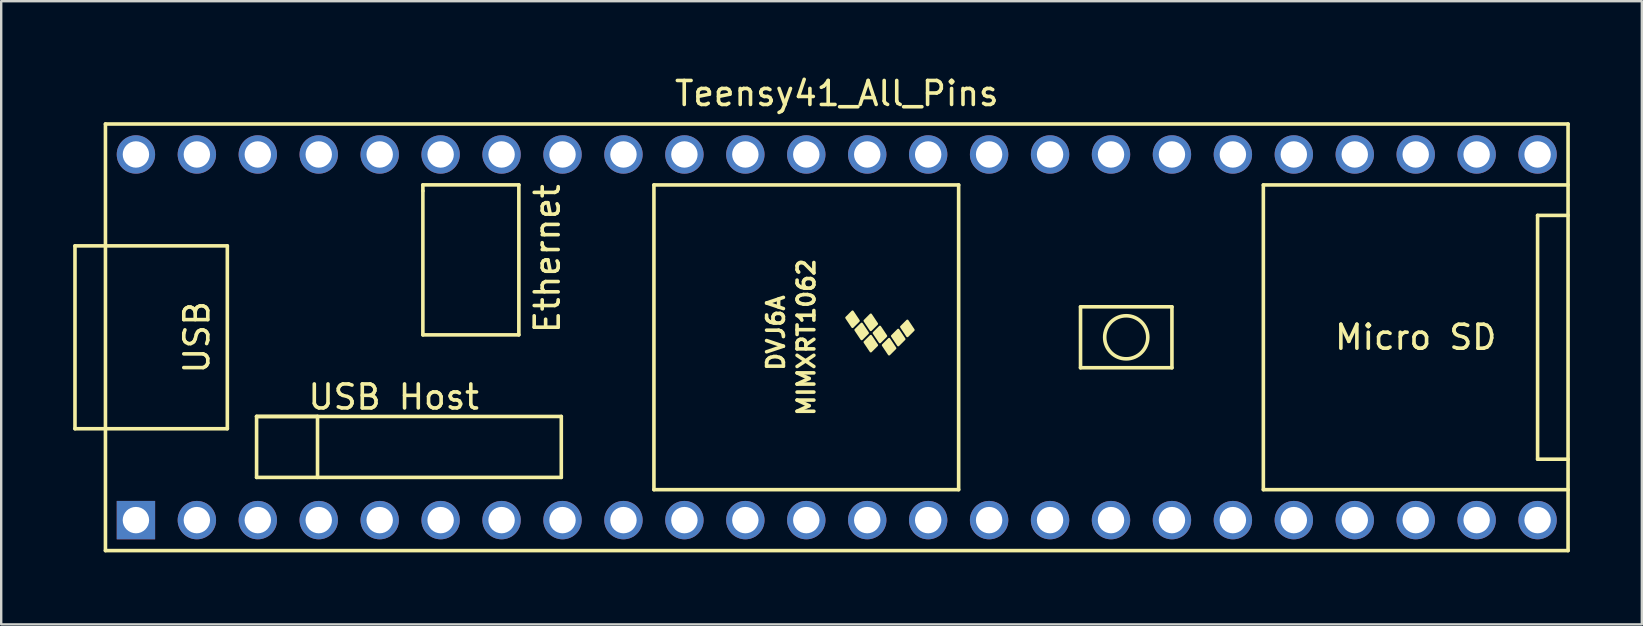
<source format=kicad_pcb>
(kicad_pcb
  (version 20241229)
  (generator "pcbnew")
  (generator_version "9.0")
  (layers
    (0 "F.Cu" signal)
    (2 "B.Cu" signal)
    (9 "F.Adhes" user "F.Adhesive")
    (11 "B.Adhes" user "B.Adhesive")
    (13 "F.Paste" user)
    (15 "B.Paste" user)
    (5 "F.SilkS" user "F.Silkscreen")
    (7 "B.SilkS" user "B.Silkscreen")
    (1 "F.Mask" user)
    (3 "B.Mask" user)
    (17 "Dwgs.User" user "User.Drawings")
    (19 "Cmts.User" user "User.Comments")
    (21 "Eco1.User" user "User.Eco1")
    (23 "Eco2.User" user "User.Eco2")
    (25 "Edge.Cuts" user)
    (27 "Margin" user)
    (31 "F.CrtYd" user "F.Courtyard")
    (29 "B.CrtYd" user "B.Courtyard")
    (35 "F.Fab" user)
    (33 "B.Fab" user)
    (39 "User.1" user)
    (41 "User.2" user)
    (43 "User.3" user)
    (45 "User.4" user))
  (footprint "Teensy41_All_Pins"
    (layer "F.Cu")
    (at 31.825 11.008)
    (property "Reference" "Teensy41_All_Pins" (at 0 -10.16 0) (layer "F.SilkS") (effects (font (size 1 1) (thickness 0.15))))
    (attr through_hole)
    (fp_line (start -31.75 -3.81) (end -30.48 -3.81) (stroke (width 0.15) (type solid)) (layer "F.SilkS"))
    (fp_line (start -31.75 3.81) (end -31.75 -3.81) (stroke (width 0.15) (type solid)) (layer "F.SilkS"))
    (fp_line (start -30.48 -8.89) (end 30.48 -8.89) (stroke (width 0.15) (type solid)) (layer "F.SilkS"))
    (fp_line (start -30.48 3.81) (end -31.75 3.81) (stroke (width 0.15) (type solid)) (layer "F.SilkS"))
    (fp_line (start -30.48 8.89) (end -30.48 -8.89) (stroke (width 0.15) (type solid)) (layer "F.SilkS"))
    (fp_line (start -25.4 -3.81) (end -30.48 -3.81) (stroke (width 0.15) (type solid)) (layer "F.SilkS"))
    (fp_line (start -25.4 3.81) (end -30.48 3.81) (stroke (width 0.15) (type solid)) (layer "F.SilkS"))
    (fp_line (start -25.4 3.81) (end -25.4 -3.81) (stroke (width 0.15) (type solid)) (layer "F.SilkS"))
    (fp_line (start -24.181 3.299) (end -21.641 3.299) (stroke (width 0.15) (type solid)) (layer "F.SilkS"))
    (fp_line (start -24.181 3.299) (end -11.481 3.299) (stroke (width 0.15) (type solid)) (layer "F.SilkS"))
    (fp_line (start -24.181 5.839) (end -24.181 3.299) (stroke (width 0.15) (type solid)) (layer "F.SilkS"))
    (fp_line (start -21.641 3.299) (end -21.641 5.839) (stroke (width 0.15) (type solid)) (layer "F.SilkS"))
    (fp_line (start -17.25 -6.352) (end -17.25 -6.102) (stroke (width 0.15) (type solid)) (layer "F.SilkS"))
    (fp_line (start -17.25 -6.102) (end -17.25 -0.102) (stroke (width 0.15) (type solid)) (layer "F.SilkS"))
    (fp_line (start -17.25 -0.102) (end -13.25 -0.102) (stroke (width 0.15) (type solid)) (layer "F.SilkS"))
    (fp_line (start -13.25 -6.352) (end -17.25 -6.352) (stroke (width 0.15) (type solid)) (layer "F.SilkS"))
    (fp_line (start -13.25 -0.102) (end -13.25 -6.352) (stroke (width 0.15) (type solid)) (layer "F.SilkS"))
    (fp_line (start -11.481 3.299) (end -11.481 5.839) (stroke (width 0.15) (type solid)) (layer "F.SilkS"))
    (fp_line (start -11.481 5.839) (end -24.181 5.839) (stroke (width 0.15) (type solid)) (layer "F.SilkS"))
    (fp_line (start -7.62 -6.35) (end -7.62 6.35) (stroke (width 0.15) (type solid)) (layer "F.SilkS"))
    (fp_line (start -7.62 6.35) (end 5.08 6.35) (stroke (width 0.15) (type solid)) (layer "F.SilkS"))
    (fp_line (start 5.08 -6.35) (end -7.62 -6.35) (stroke (width 0.15) (type solid)) (layer "F.SilkS"))
    (fp_line (start 5.08 6.35) (end 5.08 -6.35) (stroke (width 0.15) (type solid)) (layer "F.SilkS"))
    (fp_line (start 10.16 -1.27) (end 13.97 -1.27) (stroke (width 0.15) (type solid)) (layer "F.SilkS"))
    (fp_line (start 10.16 1.27) (end 10.16 -1.27) (stroke (width 0.15) (type solid)) (layer "F.SilkS"))
    (fp_line (start 13.97 -1.27) (end 13.97 1.27) (stroke (width 0.15) (type solid)) (layer "F.SilkS"))
    (fp_line (start 13.97 1.27) (end 10.16 1.27) (stroke (width 0.15) (type solid)) (layer "F.SilkS"))
    (fp_line (start 17.78 -6.35) (end 17.78 6.35) (stroke (width 0.15) (type solid)) (layer "F.SilkS"))
    (fp_line (start 17.78 6.35) (end 30.48 6.35) (stroke (width 0.15) (type solid)) (layer "F.SilkS"))
    (fp_line (start 29.21 -5.08) (end 29.21 5.08) (stroke (width 0.15) (type solid)) (layer "F.SilkS"))
    (fp_line (start 29.21 5.08) (end 30.48 5.08) (stroke (width 0.15) (type solid)) (layer "F.SilkS"))
    (fp_line (start 30.48 -8.89) (end 30.48 8.89) (stroke (width 0.15) (type solid)) (layer "F.SilkS"))
    (fp_line (start 30.48 -6.35) (end 17.78 -6.35) (stroke (width 0.15) (type solid)) (layer "F.SilkS"))
    (fp_line (start 30.48 -5.08) (end 29.21 -5.08) (stroke (width 0.15) (type solid)) (layer "F.SilkS"))
    (fp_line (start 30.48 8.89) (end -30.48 8.89) (stroke (width 0.15) (type solid)) (layer "F.SilkS"))
    (fp_circle (center 12.065 0) (end 12.7 -0.635) (stroke (width 0.15) (type solid)) (fill no) (layer "F.SilkS"))
    (fp_poly (pts (xy 0.911 -0.688) (xy 0.657 -0.434) (xy 0.403 -0.815) (xy 0.657 -1.069)) (stroke (width 0.1) (type solid)) (fill yes) (layer "F.SilkS"))
    (fp_poly (pts (xy 1.292 -0.18) (xy 1.038 0.074) (xy 0.784 -0.307) (xy 1.038 -0.561)) (stroke (width 0.1) (type solid)) (fill yes) (layer "F.SilkS"))
    (fp_poly (pts (xy 1.673 -0.561) (xy 1.419 -0.307) (xy 1.165 -0.688) (xy 1.419 -0.942)) (stroke (width 0.1) (type solid)) (fill yes) (layer "F.SilkS"))
    (fp_poly (pts (xy 1.673 0.328) (xy 1.419 0.582) (xy 1.165 0.201) (xy 1.419 -0.053)) (stroke (width 0.1) (type solid)) (fill yes) (layer "F.SilkS"))
    (fp_poly (pts (xy 2.054 -0.053) (xy 1.8 0.201) (xy 1.546 -0.18) (xy 1.8 -0.434)) (stroke (width 0.1) (type solid)) (fill yes) (layer "F.SilkS"))
    (fp_poly (pts (xy 2.435 0.455) (xy 2.181 0.709) (xy 1.927 0.328) (xy 2.181 0.074)) (stroke (width 0.1) (type solid)) (fill yes) (layer "F.SilkS"))
    (fp_poly (pts (xy 2.816 0.074) (xy 2.562 0.328) (xy 2.308 -0.053) (xy 2.562 -0.307)) (stroke (width 0.1) (type solid)) (fill yes) (layer "F.SilkS"))
    (fp_poly (pts (xy 3.197 -0.307) (xy 2.943 -0.053) (xy 2.689 -0.434) (xy 2.943 -0.688)) (stroke (width 0.1) (type solid)) (fill yes) (layer "F.SilkS"))
    (fp_text user "Ethernet" (at -12.065 -3.277 90) (layer "F.SilkS") (effects (font (size 1 1) (thickness 0.15))))
    (fp_text user "Micro SD" (at 24.13 0 0) (layer "F.SilkS") (effects (font (size 1 1) (thickness 0.15))))
    (fp_text user "USB Host" (at -18.466 2.489 0) (layer "F.SilkS") (effects (font (size 1 1) (thickness 0.15))))
    (fp_text user "USB" (at -26.67 0 270) (layer "F.SilkS") (effects (font (size 1 1) (thickness 0.15))))
    (fp_text user "MIMXRT1062" (at -1.27 0 270) (layer "F.SilkS") (effects (font (size 0.7 0.7) (thickness 0.15))))
    (fp_text user "DVJ6A" (at -2.54 -0.18 270) (layer "F.SilkS") (effects (font (size 0.7 0.7) (thickness 0.15))))
    (pad "1" thru_hole rect (at -29.21 7.62) (size 1.6 1.6) (drill 1.1) (layers "*.Cu" "*.Mask"))
    (pad "2" thru_hole circle (at -26.67 7.62) (size 1.6 1.6) (drill 1.1) (layers "*.Cu" "*.Mask"))
    (pad "3" thru_hole circle (at -24.13 7.62) (size 1.6 1.6) (drill 1.1) (layers "*.Cu" "*.Mask"))
    (pad "4" thru_hole circle (at -21.59 7.62) (size 1.6 1.6) (drill 1.1) (layers "*.Cu" "*.Mask"))
    (pad "5" thru_hole circle (at -19.05 7.62) (size 1.6 1.6) (drill 1.1) (layers "*.Cu" "*.Mask"))
    (pad "6" thru_hole circle (at -16.51 7.62) (size 1.6 1.6) (drill 1.1) (layers "*.Cu" "*.Mask"))
    (pad "7" thru_hole circle (at -13.97 7.62) (size 1.6 1.6) (drill 1.1) (layers "*.Cu" "*.Mask"))
    (pad "8" thru_hole circle (at -11.43 7.62) (size 1.6 1.6) (drill 1.1) (layers "*.Cu" "*.Mask"))
    (pad "9" thru_hole circle (at -8.89 7.62) (size 1.6 1.6) (drill 1.1) (layers "*.Cu" "*.Mask"))
    (pad "10" thru_hole circle (at -6.35 7.62) (size 1.6 1.6) (drill 1.1) (layers "*.Cu" "*.Mask"))
    (pad "11" thru_hole circle (at -3.81 7.62) (size 1.6 1.6) (drill 1.1) (layers "*.Cu" "*.Mask"))
    (pad "12" thru_hole circle (at -1.27 7.62) (size 1.6 1.6) (drill 1.1) (layers "*.Cu" "*.Mask"))
    (pad "13" thru_hole circle (at 1.27 7.62) (size 1.6 1.6) (drill 1.1) (layers "*.Cu" "*.Mask"))
    (pad "14" thru_hole circle (at 3.81 7.62) (size 1.6 1.6) (drill 1.1) (layers "*.Cu" "*.Mask"))
    (pad "15" thru_hole circle (at 6.35 7.62) (size 1.6 1.6) (drill 1.1) (layers "*.Cu" "*.Mask"))
    (pad "16" thru_hole circle (at 8.89 7.62) (size 1.6 1.6) (drill 1.1) (layers "*.Cu" "*.Mask"))
    (pad "17" thru_hole circle (at 11.43 7.62) (size 1.6 1.6) (drill 1.1) (layers "*.Cu" "*.Mask"))
    (pad "18" thru_hole circle (at 13.97 7.62) (size 1.6 1.6) (drill 1.1) (layers "*.Cu" "*.Mask"))
    (pad "19" thru_hole circle (at 16.51 7.62) (size 1.6 1.6) (drill 1.1) (layers "*.Cu" "*.Mask"))
    (pad "20" thru_hole circle (at 19.05 7.62) (size 1.6 1.6) (drill 1.1) (layers "*.Cu" "*.Mask"))
    (pad "21" thru_hole circle (at 21.59 7.62) (size 1.6 1.6) (drill 1.1) (layers "*.Cu" "*.Mask"))
    (pad "22" thru_hole circle (at 24.13 7.62) (size 1.6 1.6) (drill 1.1) (layers "*.Cu" "*.Mask"))
    (pad "23" thru_hole circle (at 26.67 7.62) (size 1.6 1.6) (drill 1.1) (layers "*.Cu" "*.Mask"))
    (pad "24" thru_hole circle (at 29.21 7.62) (size 1.6 1.6) (drill 1.1) (layers "*.Cu" "*.Mask"))
    (pad "25" thru_hole circle (at 29.21 -7.62) (size 1.6 1.6) (drill 1.1) (layers "*.Cu" "*.Mask"))
    (pad "26" thru_hole circle (at 26.67 -7.62) (size 1.6 1.6) (drill 1.1) (layers "*.Cu" "*.Mask"))
    (pad "27" thru_hole circle (at 24.13 -7.62) (size 1.6 1.6) (drill 1.1) (layers "*.Cu" "*.Mask"))
    (pad "28" thru_hole circle (at 21.59 -7.62) (size 1.6 1.6) (drill 1.1) (layers "*.Cu" "*.Mask"))
    (pad "29" thru_hole circle (at 19.05 -7.62) (size 1.6 1.6) (drill 1.1) (layers "*.Cu" "*.Mask"))
    (pad "30" thru_hole circle (at 16.51 -7.62) (size 1.6 1.6) (drill 1.1) (layers "*.Cu" "*.Mask"))
    (pad "31" thru_hole circle (at 13.97 -7.62) (size 1.6 1.6) (drill 1.1) (layers "*.Cu" "*.Mask"))
    (pad "32" thru_hole circle (at 11.43 -7.62) (size 1.6 1.6) (drill 1.1) (layers "*.Cu" "*.Mask"))
    (pad "33" thru_hole circle (at 8.89 -7.62) (size 1.6 1.6) (drill 1.1) (layers "*.Cu" "*.Mask"))
    (pad "34" thru_hole circle (at 6.35 -7.62) (size 1.6 1.6) (drill 1.1) (layers "*.Cu" "*.Mask"))
    (pad "35" thru_hole circle (at 3.81 -7.62) (size 1.6 1.6) (drill 1.1) (layers "*.Cu" "*.Mask"))
    (pad "36" thru_hole circle (at 1.27 -7.62) (size 1.6 1.6) (drill 1.1) (layers "*.Cu" "*.Mask"))
    (pad "37" thru_hole circle (at -1.27 -7.62) (size 1.6 1.6) (drill 1.1) (layers "*.Cu" "*.Mask"))
    (pad "38" thru_hole circle (at -3.81 -7.62) (size 1.6 1.6) (drill 1.1) (layers "*.Cu" "*.Mask"))
    (pad "39" thru_hole circle (at -6.35 -7.62) (size 1.6 1.6) (drill 1.1) (layers "*.Cu" "*.Mask"))
    (pad "40" thru_hole circle (at -8.89 -7.62) (size 1.6 1.6) (drill 1.1) (layers "*.Cu" "*.Mask"))
    (pad "41" thru_hole circle (at -11.43 -7.62) (size 1.6 1.6) (drill 1.1) (layers "*.Cu" "*.Mask"))
    (pad "42" thru_hole circle (at -13.97 -7.62) (size 1.6 1.6) (drill 1.1) (layers "*.Cu" "*.Mask"))
    (pad "43" thru_hole circle (at -16.51 -7.62) (size 1.6 1.6) (drill 1.1) (layers "*.Cu" "*.Mask"))
    (pad "44" thru_hole circle (at -19.05 -7.62) (size 1.6 1.6) (drill 1.1) (layers "*.Cu" "*.Mask"))
    (pad "45" thru_hole circle (at -21.59 -7.62) (size 1.6 1.6) (drill 1.1) (layers "*.Cu" "*.Mask"))
    (pad "46" thru_hole circle (at -24.13 -7.62) (size 1.6 1.6) (drill 1.1) (layers "*.Cu" "*.Mask"))
    (pad "47" thru_hole circle (at -26.67 -7.62) (size 1.6 1.6) (drill 1.1) (layers "*.Cu" "*.Mask"))
    (pad "48" thru_hole circle (at -29.21 -7.62) (size 1.6 1.6) (drill 1.1) (layers "*.Cu" "*.Mask")))
  (gr_rect
    (start -3 -3)
    (end 65.38 22.973)
    (stroke (width 0.1) (type default))
    (fill no)
    (layer "Edge.Cuts")))
</source>
